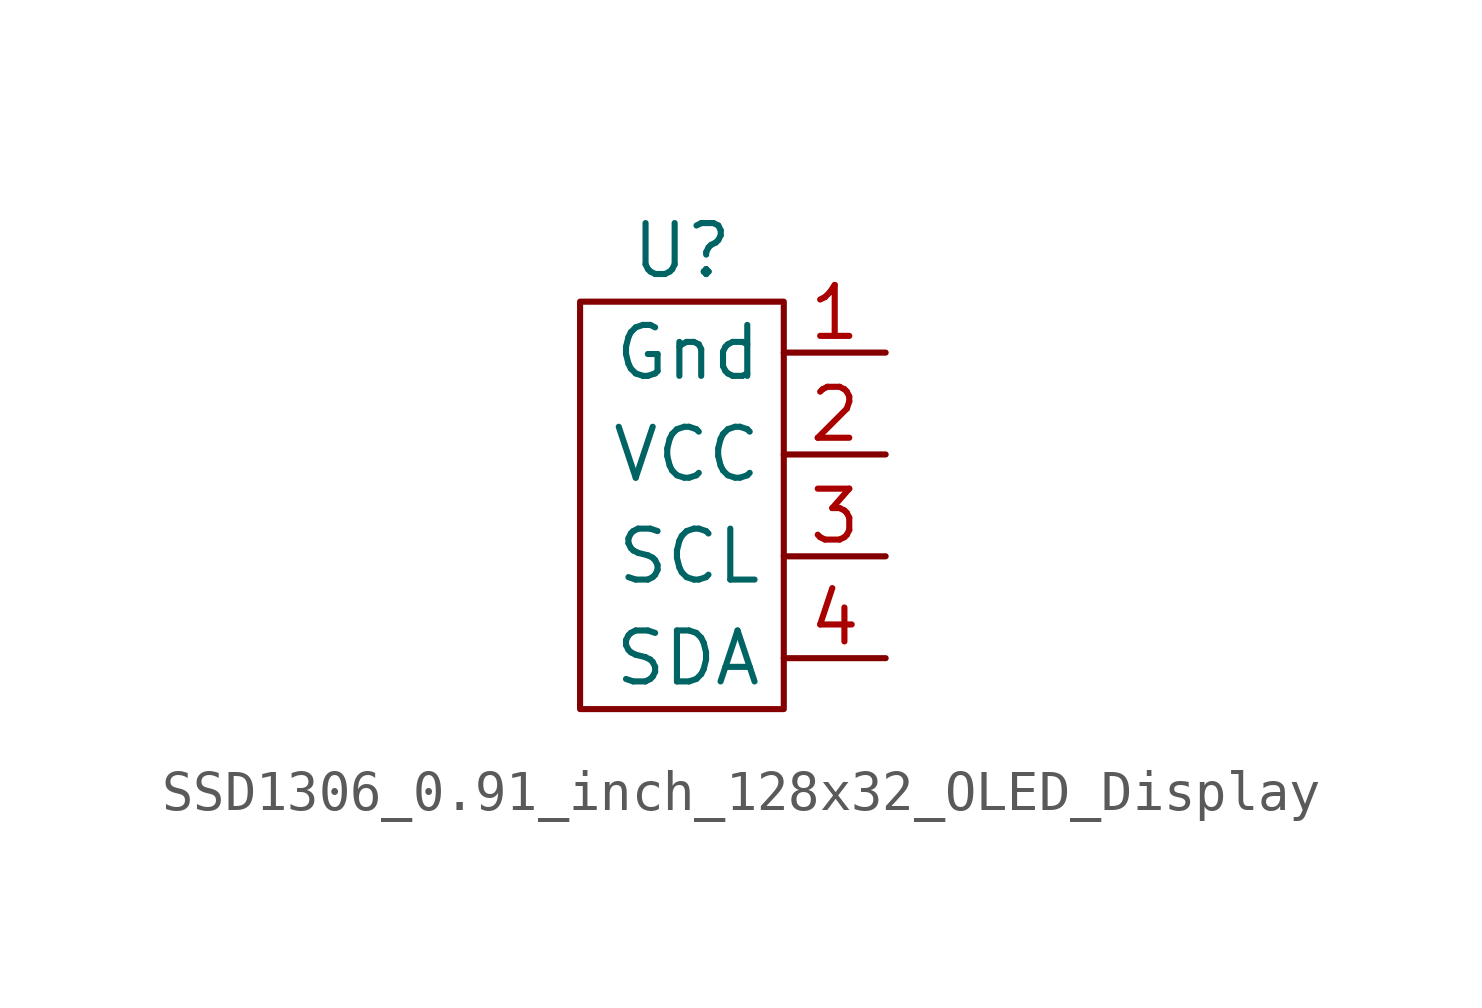
<source format=kicad_sym>
(kicad_symbol_lib
  (version 20241209)
  (generator "kicad_symbol_editor")
  (generator_version "9.0")
  (symbol "SSD1306_0.91_inch_128x32_OLED_Display"
    (property "Reference" "U"
      (at 0 0 0)
      (effects (font (size 1.27 1.27))))
    (property "Value" ""
      (at 0 0 0)
      (effects (font (size 1.27 1.27))))
    (symbol "SSD1306_0.91_inch_128x32_OLED_Display_0_1"
      (rectangle (start -2.54 -1.27) (end 2.54 -11.43) (stroke (width 0) (type default)) (fill (type none))))
    (symbol "SSD1306_0.91_inch_128x32_OLED_Display_1_1"
      (pin input line (at 5.08 -2.54 180) (length 2.54) (name "Gnd" (effects (font (size 1.27 1.27)))) (number "1" (effects (font (size 1.27 1.27)))))
      (pin input line (at 5.08 -5.08 180) (length 2.54) (name "VCC" (effects (font (size 1.27 1.27)))) (number "2" (effects (font (size 1.27 1.27)))))
      (pin input line (at 5.08 -7.62 180) (length 2.54) (name "SCL" (effects (font (size 1.27 1.27)))) (number "3" (effects (font (size 1.27 1.27)))))
      (pin input line (at 5.08 -10.16 180) (length 2.54) (name "SDA" (effects (font (size 1.27 1.27)))) (number "4" (effects (font (size 1.27 1.27))))))))
</source>
